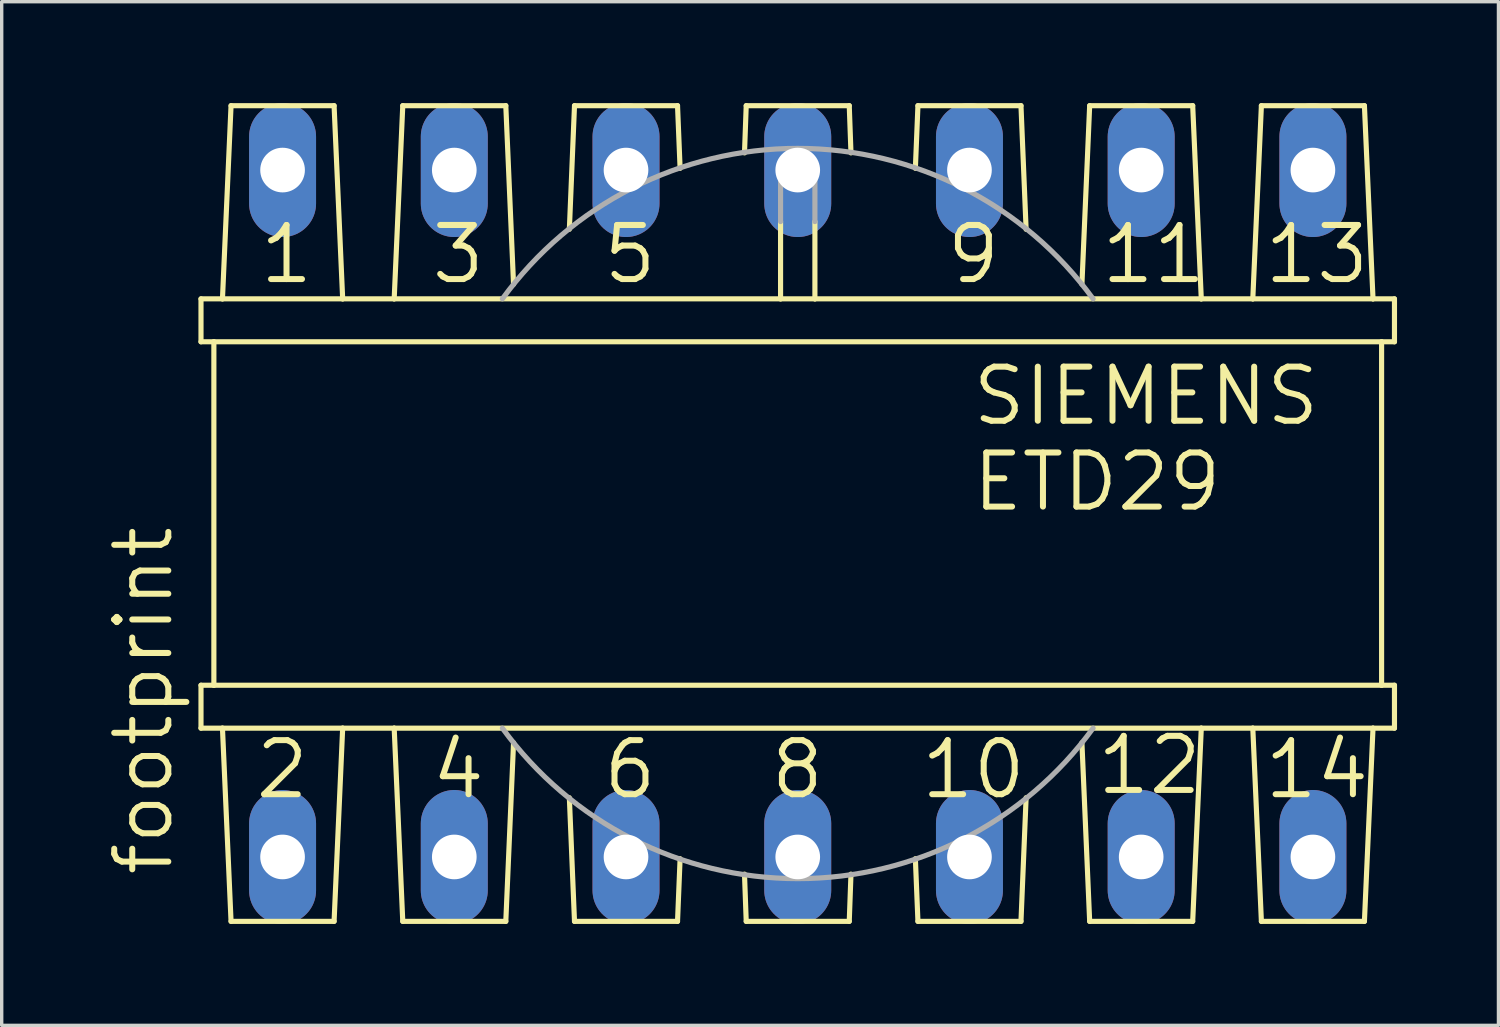
<source format=kicad_pcb>
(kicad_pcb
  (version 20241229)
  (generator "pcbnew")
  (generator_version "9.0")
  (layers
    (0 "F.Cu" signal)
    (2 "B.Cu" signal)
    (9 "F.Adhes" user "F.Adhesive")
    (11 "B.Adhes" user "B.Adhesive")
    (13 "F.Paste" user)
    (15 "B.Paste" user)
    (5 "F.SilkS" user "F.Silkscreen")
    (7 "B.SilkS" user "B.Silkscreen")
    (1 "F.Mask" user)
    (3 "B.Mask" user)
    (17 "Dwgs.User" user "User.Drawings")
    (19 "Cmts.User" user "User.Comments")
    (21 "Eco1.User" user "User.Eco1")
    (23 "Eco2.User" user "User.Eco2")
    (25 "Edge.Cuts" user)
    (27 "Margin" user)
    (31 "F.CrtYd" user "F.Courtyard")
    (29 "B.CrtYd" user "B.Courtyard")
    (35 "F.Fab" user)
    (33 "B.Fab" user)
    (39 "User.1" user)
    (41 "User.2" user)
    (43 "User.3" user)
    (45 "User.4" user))
  (footprint "footprint"
    (layer "F.Cu")
    (at 20.549 12.141)
    (property "Reference" "footprint" (at -18.415 10.795 90) (layer "F.SilkS") (effects (font (size 1.6 1.6) (thickness 0.178)) (justify left bottom)))
    (fp_line (start -17.653 -6.35) (end -17.653 -5.08) (stroke (width 0.152) (type solid)) (layer "F.SilkS"))
    (fp_line (start -17.653 5.08) (end -17.653 6.35) (stroke (width 0.152) (type solid)) (layer "F.SilkS"))
    (fp_line (start -17.272 -5.08) (end -17.653 -5.08) (stroke (width 0.152) (type solid)) (layer "F.SilkS"))
    (fp_line (start -17.272 5.08) (end -17.653 5.08) (stroke (width 0.152) (type solid)) (layer "F.SilkS"))
    (fp_line (start -17.272 5.08) (end -17.272 -5.08) (stroke (width 0.152) (type solid)) (layer "F.SilkS"))
    (fp_line (start -17.018 -6.35) (end -17.653 -6.35) (stroke (width 0.152) (type solid)) (layer "F.SilkS"))
    (fp_line (start -17.018 -6.35) (end -16.764 -12.065) (stroke (width 0.152) (type solid)) (layer "F.SilkS"))
    (fp_line (start -17.018 6.35) (end -17.653 6.35) (stroke (width 0.152) (type solid)) (layer "F.SilkS"))
    (fp_line (start -17.018 6.35) (end -16.764 12.065) (stroke (width 0.152) (type solid)) (layer "F.SilkS"))
    (fp_line (start -16.764 12.065) (end -13.716 12.065) (stroke (width 0.152) (type solid)) (layer "F.SilkS"))
    (fp_line (start -13.716 -12.065) (end -16.764 -12.065) (stroke (width 0.152) (type solid)) (layer "F.SilkS"))
    (fp_line (start -13.462 -6.35) (end -17.018 -6.35) (stroke (width 0.152) (type solid)) (layer "F.SilkS"))
    (fp_line (start -13.462 -6.35) (end -13.716 -12.065) (stroke (width 0.152) (type solid)) (layer "F.SilkS"))
    (fp_line (start -13.462 6.35) (end -17.018 6.35) (stroke (width 0.152) (type solid)) (layer "F.SilkS"))
    (fp_line (start -13.462 6.35) (end -13.716 12.065) (stroke (width 0.152) (type solid)) (layer "F.SilkS"))
    (fp_line (start -11.938 -6.35) (end -13.462 -6.35) (stroke (width 0.152) (type solid)) (layer "F.SilkS"))
    (fp_line (start -11.938 -6.35) (end -11.684 -12.065) (stroke (width 0.152) (type solid)) (layer "F.SilkS"))
    (fp_line (start -11.938 6.35) (end -13.462 6.35) (stroke (width 0.152) (type solid)) (layer "F.SilkS"))
    (fp_line (start -11.938 6.35) (end -11.684 12.065) (stroke (width 0.152) (type solid)) (layer "F.SilkS"))
    (fp_line (start -11.684 12.065) (end -8.636 12.065) (stroke (width 0.152) (type solid)) (layer "F.SilkS"))
    (fp_line (start -8.636 -12.065) (end -11.684 -12.065) (stroke (width 0.152) (type solid)) (layer "F.SilkS"))
    (fp_line (start -8.407 -6.782) (end -8.636 -12.065) (stroke (width 0.152) (type solid)) (layer "F.SilkS"))
    (fp_line (start -8.407 6.782) (end -8.636 12.065) (stroke (width 0.152) (type solid)) (layer "F.SilkS"))
    (fp_line (start -6.756 -8.407) (end -6.604 -12.065) (stroke (width 0.152) (type solid)) (layer "F.SilkS"))
    (fp_line (start -6.756 8.407) (end -6.604 12.065) (stroke (width 0.152) (type solid)) (layer "F.SilkS"))
    (fp_line (start -6.604 12.065) (end -3.556 12.065) (stroke (width 0.152) (type solid)) (layer "F.SilkS"))
    (fp_line (start -3.556 -12.065) (end -6.604 -12.065) (stroke (width 0.152) (type solid)) (layer "F.SilkS"))
    (fp_line (start -3.48 -10.211) (end -3.556 -12.065) (stroke (width 0.152) (type solid)) (layer "F.SilkS"))
    (fp_line (start -3.48 10.211) (end -3.556 12.065) (stroke (width 0.152) (type solid)) (layer "F.SilkS"))
    (fp_line (start -1.575 -10.668) (end -1.524 -12.065) (stroke (width 0.152) (type solid)) (layer "F.SilkS"))
    (fp_line (start -1.575 10.668) (end -1.524 12.065) (stroke (width 0.152) (type solid)) (layer "F.SilkS"))
    (fp_line (start -1.524 12.065) (end 1.524 12.065) (stroke (width 0.152) (type solid)) (layer "F.SilkS"))
    (fp_line (start -0.508 -8.636) (end -0.508 -6.35) (stroke (width 0.152) (type solid)) (layer "F.SilkS"))
    (fp_line (start -0.508 -6.35) (end -11.938 -6.35) (stroke (width 0.152) (type solid)) (layer "F.SilkS"))
    (fp_line (start 0.508 -6.35) (end -0.508 -6.35) (stroke (width 0.152) (type solid)) (layer "F.SilkS"))
    (fp_line (start 0.508 -6.35) (end 0.508 -8.636) (stroke (width 0.152) (type solid)) (layer "F.SilkS"))
    (fp_line (start 1.524 -12.065) (end -1.524 -12.065) (stroke (width 0.152) (type solid)) (layer "F.SilkS"))
    (fp_line (start 1.575 -10.668) (end 1.524 -12.065) (stroke (width 0.152) (type solid)) (layer "F.SilkS"))
    (fp_line (start 1.575 10.668) (end 1.524 12.065) (stroke (width 0.152) (type solid)) (layer "F.SilkS"))
    (fp_line (start 3.48 -10.211) (end 3.556 -12.065) (stroke (width 0.152) (type solid)) (layer "F.SilkS"))
    (fp_line (start 3.48 10.211) (end 3.556 12.065) (stroke (width 0.152) (type solid)) (layer "F.SilkS"))
    (fp_line (start 3.556 12.065) (end 6.604 12.065) (stroke (width 0.152) (type solid)) (layer "F.SilkS"))
    (fp_line (start 6.604 -12.065) (end 3.556 -12.065) (stroke (width 0.152) (type solid)) (layer "F.SilkS"))
    (fp_line (start 6.756 -8.407) (end 6.604 -12.065) (stroke (width 0.152) (type solid)) (layer "F.SilkS"))
    (fp_line (start 6.756 8.407) (end 6.604 12.065) (stroke (width 0.152) (type solid)) (layer "F.SilkS"))
    (fp_line (start 8.407 -6.782) (end 8.636 -12.065) (stroke (width 0.152) (type solid)) (layer "F.SilkS"))
    (fp_line (start 8.407 6.782) (end 8.636 12.065) (stroke (width 0.152) (type solid)) (layer "F.SilkS"))
    (fp_line (start 8.636 12.065) (end 11.684 12.065) (stroke (width 0.152) (type solid)) (layer "F.SilkS"))
    (fp_line (start 11.684 -12.065) (end 8.636 -12.065) (stroke (width 0.152) (type solid)) (layer "F.SilkS"))
    (fp_line (start 11.938 -6.35) (end 0.508 -6.35) (stroke (width 0.152) (type solid)) (layer "F.SilkS"))
    (fp_line (start 11.938 -6.35) (end 11.684 -12.065) (stroke (width 0.152) (type solid)) (layer "F.SilkS"))
    (fp_line (start 11.938 6.35) (end -11.938 6.35) (stroke (width 0.152) (type solid)) (layer "F.SilkS"))
    (fp_line (start 11.938 6.35) (end 11.684 12.065) (stroke (width 0.152) (type solid)) (layer "F.SilkS"))
    (fp_line (start 13.462 -6.35) (end 11.938 -6.35) (stroke (width 0.152) (type solid)) (layer "F.SilkS"))
    (fp_line (start 13.462 -6.35) (end 13.716 -12.065) (stroke (width 0.152) (type solid)) (layer "F.SilkS"))
    (fp_line (start 13.462 6.35) (end 11.938 6.35) (stroke (width 0.152) (type solid)) (layer "F.SilkS"))
    (fp_line (start 13.462 6.35) (end 13.716 12.065) (stroke (width 0.152) (type solid)) (layer "F.SilkS"))
    (fp_line (start 13.716 12.065) (end 16.764 12.065) (stroke (width 0.152) (type solid)) (layer "F.SilkS"))
    (fp_line (start 16.764 -12.065) (end 13.716 -12.065) (stroke (width 0.152) (type solid)) (layer "F.SilkS"))
    (fp_line (start 17.018 -6.35) (end 13.462 -6.35) (stroke (width 0.152) (type solid)) (layer "F.SilkS"))
    (fp_line (start 17.018 -6.35) (end 16.764 -12.065) (stroke (width 0.152) (type solid)) (layer "F.SilkS"))
    (fp_line (start 17.018 6.35) (end 13.462 6.35) (stroke (width 0.152) (type solid)) (layer "F.SilkS"))
    (fp_line (start 17.018 6.35) (end 16.764 12.065) (stroke (width 0.152) (type solid)) (layer "F.SilkS"))
    (fp_line (start 17.272 -5.08) (end -17.272 -5.08) (stroke (width 0.152) (type solid)) (layer "F.SilkS"))
    (fp_line (start 17.272 5.08) (end -17.272 5.08) (stroke (width 0.152) (type solid)) (layer "F.SilkS"))
    (fp_line (start 17.272 5.08) (end 17.272 -5.08) (stroke (width 0.152) (type solid)) (layer "F.SilkS"))
    (fp_line (start 17.653 -6.35) (end 17.018 -6.35) (stroke (width 0.152) (type solid)) (layer "F.SilkS"))
    (fp_line (start 17.653 -5.08) (end 17.272 -5.08) (stroke (width 0.152) (type solid)) (layer "F.SilkS"))
    (fp_line (start 17.653 -5.08) (end 17.653 -6.35) (stroke (width 0.152) (type solid)) (layer "F.SilkS"))
    (fp_line (start 17.653 5.08) (end 17.272 5.08) (stroke (width 0.152) (type solid)) (layer "F.SilkS"))
    (fp_line (start 17.653 6.35) (end 17.018 6.35) (stroke (width 0.152) (type solid)) (layer "F.SilkS"))
    (fp_line (start 17.653 6.35) (end 17.653 5.08) (stroke (width 0.152) (type solid)) (layer "F.SilkS"))
    (fp_line (start -0.508 -10.16) (end -0.508 -8.636) (stroke (width 0.152) (type solid)) (layer "F.Fab"))
    (fp_line (start 0.508 -10.16) (end -0.508 -10.16) (stroke (width 0.152) (type solid)) (layer "F.Fab"))
    (fp_line (start 0.508 -8.636) (end 0.508 -10.16) (stroke (width 0.152) (type solid)) (layer "F.Fab"))
    (fp_arc (start -8.7376 -6.35) (mid 0 -10.801303) (end 8.7376 -6.35) (stroke (width 0.1524) (type solid)) (layer "F.Fab"))
    (fp_arc (start 8.7376 6.35) (mid 0 10.801303) (end -8.7376 6.35) (stroke (width 0.1524) (type solid)) (layer "F.Fab"))
    (fp_text user "13" (at 13.716 -6.731 0) (layer "F.SilkS") (effects (font (size 1.6 1.6) (thickness 0.178)) (justify left bottom)))
    (fp_text user "8" (at -0.889 8.509 0) (layer "F.SilkS") (effects (font (size 1.6 1.6) (thickness 0.178)) (justify left bottom)))
    (fp_text user "5" (at -5.842 -6.731 0) (layer "F.SilkS") (effects (font (size 1.6 1.6) (thickness 0.178)) (justify left bottom)))
    (fp_text user "SIEMENS" (at 5.08 -2.54 0) (layer "F.SilkS") (effects (font (size 1.6 1.6) (thickness 0.178)) (justify left bottom)))
    (fp_text user "3" (at -10.922 -6.731 0) (layer "F.SilkS") (effects (font (size 1.6 1.6) (thickness 0.178)) (justify left bottom)))
    (fp_text user "10" (at 3.556 8.509 0) (layer "F.SilkS") (effects (font (size 1.6 1.6) (thickness 0.178)) (justify left bottom)))
    (fp_text user "11" (at 8.89 -6.731 0) (layer "F.SilkS") (effects (font (size 1.6 1.6) (thickness 0.178)) (justify left bottom)))
    (fp_text user "12" (at 8.763 8.382 0) (layer "F.SilkS") (effects (font (size 1.6 1.6) (thickness 0.178)) (justify left bottom)))
    (fp_text user "9" (at 4.318 -6.731 0) (layer "F.SilkS") (effects (font (size 1.6 1.6) (thickness 0.178)) (justify left bottom)))
    (fp_text user "2" (at -16.129 8.509 0) (layer "F.SilkS") (effects (font (size 1.6 1.6) (thickness 0.178)) (justify left bottom)))
    (fp_text user "4" (at -10.922 8.509 0) (layer "F.SilkS") (effects (font (size 1.6 1.6) (thickness 0.178)) (justify left bottom)))
    (fp_text user "ETD29" (at 5.08 0 0) (layer "F.SilkS") (effects (font (size 1.6 1.6) (thickness 0.178)) (justify left bottom)))
    (fp_text user "6" (at -5.842 8.509 0) (layer "F.SilkS") (effects (font (size 1.6 1.6) (thickness 0.178)) (justify left bottom)))
    (fp_text user "14" (at 13.716 8.509 0) (layer "F.SilkS") (effects (font (size 1.6 1.6) (thickness 0.178)) (justify left bottom)))
    (fp_text user "1" (at -16.002 -6.731 0) (layer "F.SilkS") (effects (font (size 1.6 1.6) (thickness 0.178)) (justify left bottom)))
    (pad "1" thru_hole oval (at -15.24 -10.16 90) (size 3.962 1.981) (drill 1.321) (layers "*.Cu" "*.Mask"))
    (pad "2" thru_hole oval (at -15.24 10.16 90) (size 3.962 1.981) (drill 1.321) (layers "*.Cu" "*.Mask"))
    (pad "3" thru_hole oval (at -10.16 -10.16 90) (size 3.962 1.981) (drill 1.321) (layers "*.Cu" "*.Mask"))
    (pad "4" thru_hole oval (at -10.16 10.16 90) (size 3.962 1.981) (drill 1.321) (layers "*.Cu" "*.Mask"))
    (pad "5" thru_hole oval (at -5.08 -10.16 90) (size 3.962 1.981) (drill 1.321) (layers "*.Cu" "*.Mask"))
    (pad "6" thru_hole oval (at -5.08 10.16 90) (size 3.962 1.981) (drill 1.321) (layers "*.Cu" "*.Mask"))
    (pad "7" thru_hole oval (at 0 -10.16 90) (size 3.962 1.981) (drill 1.321) (layers "*.Cu" "*.Mask"))
    (pad "8" thru_hole oval (at 0 10.16 90) (size 3.962 1.981) (drill 1.321) (layers "*.Cu" "*.Mask"))
    (pad "9" thru_hole oval (at 5.08 -10.16 90) (size 3.962 1.981) (drill 1.321) (layers "*.Cu" "*.Mask"))
    (pad "10" thru_hole oval (at 5.08 10.16 90) (size 3.962 1.981) (drill 1.321) (layers "*.Cu" "*.Mask"))
    (pad "11" thru_hole oval (at 10.16 -10.16 90) (size 3.962 1.981) (drill 1.321) (layers "*.Cu" "*.Mask"))
    (pad "12" thru_hole oval (at 10.16 10.16 90) (size 3.962 1.981) (drill 1.321) (layers "*.Cu" "*.Mask"))
    (pad "13" thru_hole oval (at 15.24 -10.16 90) (size 3.962 1.981) (drill 1.321) (layers "*.Cu" "*.Mask"))
    (pad "14" thru_hole oval (at 15.24 10.16 90) (size 3.962 1.981) (drill 1.321) (layers "*.Cu" "*.Mask")))
  (gr_rect
    (start -3 -3)
    (end 41.278 27.282)
    (stroke (width 0.1) (type default))
    (fill no)
    (layer "Edge.Cuts")))
</source>
